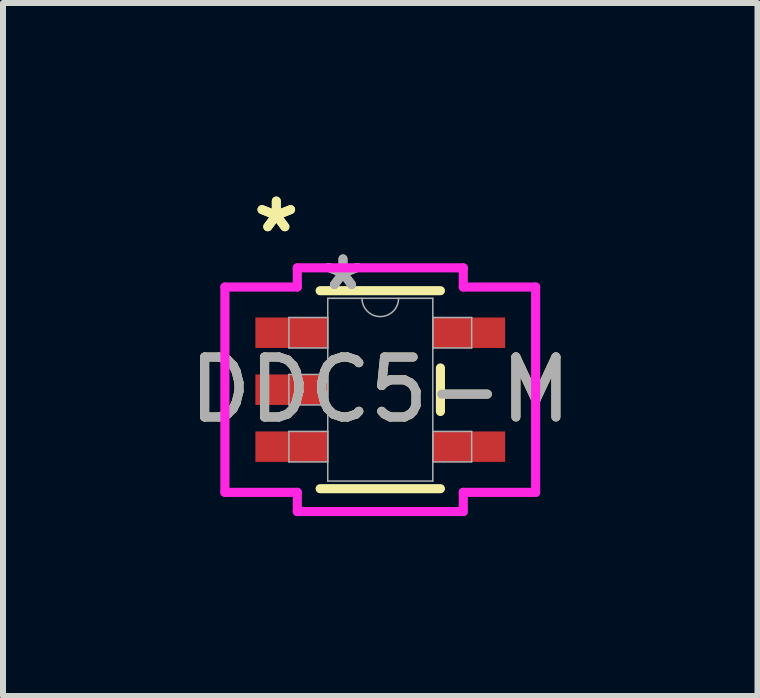
<source format=kicad_pcb>
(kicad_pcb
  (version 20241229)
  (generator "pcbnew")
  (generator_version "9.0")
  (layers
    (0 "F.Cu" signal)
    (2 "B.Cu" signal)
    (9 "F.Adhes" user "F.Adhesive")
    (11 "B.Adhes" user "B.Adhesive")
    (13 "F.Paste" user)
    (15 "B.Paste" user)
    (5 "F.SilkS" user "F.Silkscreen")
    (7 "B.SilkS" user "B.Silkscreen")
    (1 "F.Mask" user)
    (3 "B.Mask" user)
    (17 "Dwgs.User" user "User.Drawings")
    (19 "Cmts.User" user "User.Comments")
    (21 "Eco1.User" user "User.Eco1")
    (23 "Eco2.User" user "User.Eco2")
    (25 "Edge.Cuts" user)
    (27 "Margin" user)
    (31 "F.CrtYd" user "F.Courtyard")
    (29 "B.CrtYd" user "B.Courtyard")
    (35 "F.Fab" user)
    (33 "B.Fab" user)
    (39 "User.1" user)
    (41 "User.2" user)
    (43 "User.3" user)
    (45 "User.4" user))
  (footprint "DDC5-M"
    (layer "F.Cu")
    (at 3.292 3.449)
    (property "Reference" "DDC5-M" (at 0 0 0) (unlocked yes) (layer "F.SilkS") (effects (font (size 1 1) (thickness 0.15))))
    (attr smd)
    (fp_line (start -1.003 1.651) (end 1.003 1.651) (stroke (width 0.152) (type solid)) (layer "F.SilkS"))
    (fp_line (start 1.003 -1.651) (end -1.003 -1.651) (stroke (width 0.152) (type solid)) (layer "F.SilkS"))
    (fp_line (start 1.003 0.363) (end 1.003 -0.363) (stroke (width 0.152) (type solid)) (layer "F.SilkS"))
    (fp_line (start -2.591 -1.712) (end -1.384 -1.712) (stroke (width 0.152) (type solid)) (layer "F.CrtYd"))
    (fp_line (start -2.591 1.712) (end -2.591 -1.712) (stroke (width 0.152) (type solid)) (layer "F.CrtYd"))
    (fp_line (start -1.384 -2.032) (end 1.384 -2.032) (stroke (width 0.152) (type solid)) (layer "F.CrtYd"))
    (fp_line (start -1.384 -1.712) (end -1.384 -2.032) (stroke (width 0.152) (type solid)) (layer "F.CrtYd"))
    (fp_line (start -1.384 1.712) (end -2.591 1.712) (stroke (width 0.152) (type solid)) (layer "F.CrtYd"))
    (fp_line (start -1.384 2.032) (end -1.384 1.712) (stroke (width 0.152) (type solid)) (layer "F.CrtYd"))
    (fp_line (start 1.384 -2.032) (end 1.384 -1.712) (stroke (width 0.152) (type solid)) (layer "F.CrtYd"))
    (fp_line (start 1.384 -1.712) (end 2.591 -1.712) (stroke (width 0.152) (type solid)) (layer "F.CrtYd"))
    (fp_line (start 1.384 1.712) (end 1.384 2.032) (stroke (width 0.152) (type solid)) (layer "F.CrtYd"))
    (fp_line (start 1.384 2.032) (end -1.384 2.032) (stroke (width 0.152) (type solid)) (layer "F.CrtYd"))
    (fp_line (start 2.591 -1.712) (end 2.591 1.712) (stroke (width 0.152) (type solid)) (layer "F.CrtYd"))
    (fp_line (start 2.591 1.712) (end 1.384 1.712) (stroke (width 0.152) (type solid)) (layer "F.CrtYd"))
    (fp_line (start -1.524 -1.204) (end -1.524 -0.696) (stroke (width 0.025) (type solid)) (layer "F.Fab"))
    (fp_line (start -1.524 -0.696) (end -0.876 -0.696) (stroke (width 0.025) (type solid)) (layer "F.Fab"))
    (fp_line (start -1.524 -0.254) (end -1.524 0.254) (stroke (width 0.025) (type solid)) (layer "F.Fab"))
    (fp_line (start -1.524 0.254) (end -0.876 0.254) (stroke (width 0.025) (type solid)) (layer "F.Fab"))
    (fp_line (start -1.524 0.696) (end -1.524 1.204) (stroke (width 0.025) (type solid)) (layer "F.Fab"))
    (fp_line (start -1.524 1.204) (end -0.876 1.204) (stroke (width 0.025) (type solid)) (layer "F.Fab"))
    (fp_line (start -0.876 -1.524) (end -0.876 1.524) (stroke (width 0.025) (type solid)) (layer "F.Fab"))
    (fp_line (start -0.876 -1.204) (end -1.524 -1.204) (stroke (width 0.025) (type solid)) (layer "F.Fab"))
    (fp_line (start -0.876 -0.696) (end -0.876 -1.204) (stroke (width 0.025) (type solid)) (layer "F.Fab"))
    (fp_line (start -0.876 -0.254) (end -1.524 -0.254) (stroke (width 0.025) (type solid)) (layer "F.Fab"))
    (fp_line (start -0.876 0.254) (end -0.876 -0.254) (stroke (width 0.025) (type solid)) (layer "F.Fab"))
    (fp_line (start -0.876 0.696) (end -1.524 0.696) (stroke (width 0.025) (type solid)) (layer "F.Fab"))
    (fp_line (start -0.876 1.204) (end -0.876 0.696) (stroke (width 0.025) (type solid)) (layer "F.Fab"))
    (fp_line (start -0.876 1.524) (end 0.876 1.524) (stroke (width 0.025) (type solid)) (layer "F.Fab"))
    (fp_line (start 0.876 -1.524) (end -0.876 -1.524) (stroke (width 0.025) (type solid)) (layer "F.Fab"))
    (fp_line (start 0.876 -1.204) (end 0.876 -0.696) (stroke (width 0.025) (type solid)) (layer "F.Fab"))
    (fp_line (start 0.876 -0.696) (end 1.524 -0.696) (stroke (width 0.025) (type solid)) (layer "F.Fab"))
    (fp_line (start 0.876 0.696) (end 0.876 1.204) (stroke (width 0.025) (type solid)) (layer "F.Fab"))
    (fp_line (start 0.876 1.204) (end 1.524 1.204) (stroke (width 0.025) (type solid)) (layer "F.Fab"))
    (fp_line (start 0.876 1.524) (end 0.876 -1.524) (stroke (width 0.025) (type solid)) (layer "F.Fab"))
    (fp_line (start 1.524 -1.204) (end 0.876 -1.204) (stroke (width 0.025) (type solid)) (layer "F.Fab"))
    (fp_line (start 1.524 -0.696) (end 1.524 -1.204) (stroke (width 0.025) (type solid)) (layer "F.Fab"))
    (fp_line (start 1.524 0.696) (end 0.876 0.696) (stroke (width 0.025) (type solid)) (layer "F.Fab"))
    (fp_line (start 1.524 1.204) (end 1.524 0.696) (stroke (width 0.025) (type solid)) (layer "F.Fab"))
    (fp_arc (start 0.3048 -1.524) (mid 0 -1.2192) (end -0.3048 -1.524) (stroke (width 0.0254) (type solid)) (layer "F.Fab"))
    (fp_text user "*" (at -1.734 -2.601 0) (unlocked yes) (layer "F.SilkS") (effects (font (size 1 1) (thickness 0.15))))
    (fp_text user "*" (at -1.734 -2.601 0) (layer "F.SilkS") (effects (font (size 1 1) (thickness 0.15))))
    (fp_text user "*" (at -0.622 -1.636 0) (layer "F.Fab") (effects (font (size 1 1) (thickness 0.15))))
    (fp_text user "${REFERENCE}" (at 0 0 0) (unlocked yes) (layer "F.Fab") (effects (font (size 1 1) (thickness 0.15))))
    (fp_text user "*" (at -0.622 -1.636 0) (unlocked yes) (layer "F.Fab") (effects (font (size 1 1) (thickness 0.15))))
    (pad "1" smd rect (at -1.48 -0.95) (size 1.206 0.508) (layers "F.Cu" "F.Mask" "F.Paste"))
    (pad "2" smd rect (at -1.48 0) (size 1.206 0.508) (layers "F.Cu" "F.Mask" "F.Paste"))
    (pad "3" smd rect (at -1.48 0.95) (size 1.206 0.508) (layers "F.Cu" "F.Mask" "F.Paste"))
    (pad "4" smd rect (at 1.48 0.95) (size 1.206 0.508) (layers "F.Cu" "F.Mask" "F.Paste"))
    (pad "5" smd rect (at 1.48 -0.95) (size 1.206 0.508) (layers "F.Cu" "F.Mask" "F.Paste")))
  (gr_rect
    (start -3 -3)
    (end 9.583 8.557)
    (stroke (width 0.1) (type default))
    (fill no)
    (layer "Edge.Cuts")))
</source>
